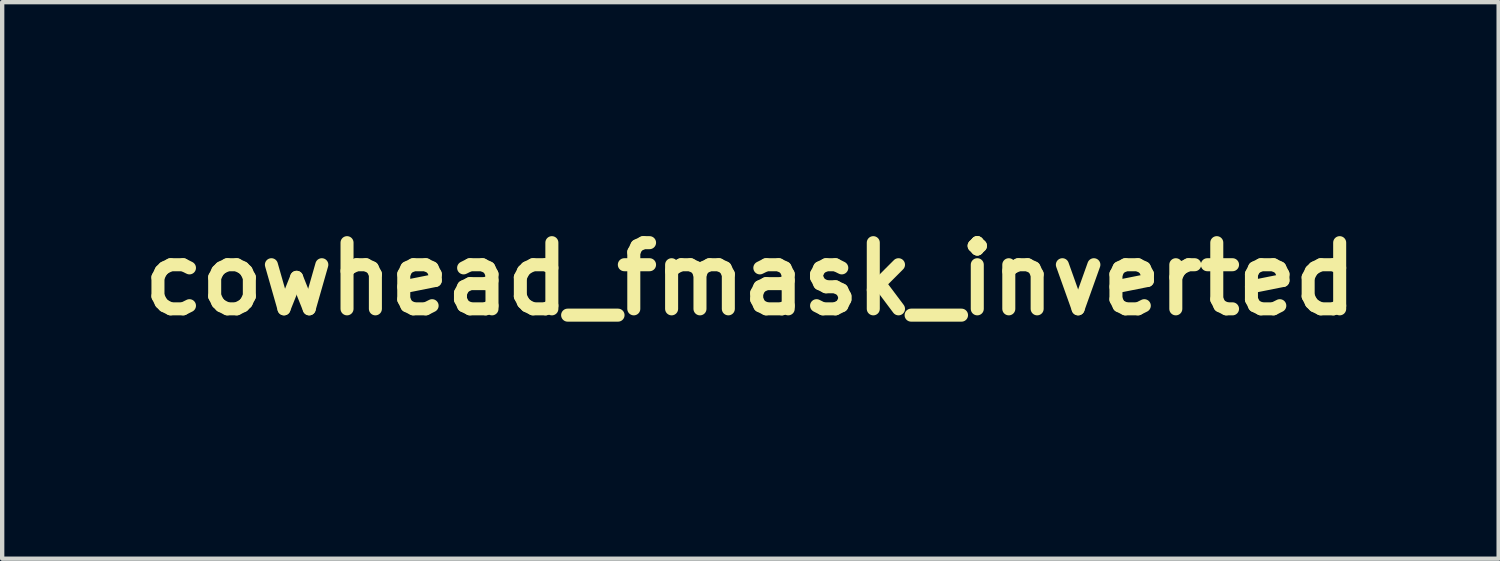
<source format=kicad_pcb>
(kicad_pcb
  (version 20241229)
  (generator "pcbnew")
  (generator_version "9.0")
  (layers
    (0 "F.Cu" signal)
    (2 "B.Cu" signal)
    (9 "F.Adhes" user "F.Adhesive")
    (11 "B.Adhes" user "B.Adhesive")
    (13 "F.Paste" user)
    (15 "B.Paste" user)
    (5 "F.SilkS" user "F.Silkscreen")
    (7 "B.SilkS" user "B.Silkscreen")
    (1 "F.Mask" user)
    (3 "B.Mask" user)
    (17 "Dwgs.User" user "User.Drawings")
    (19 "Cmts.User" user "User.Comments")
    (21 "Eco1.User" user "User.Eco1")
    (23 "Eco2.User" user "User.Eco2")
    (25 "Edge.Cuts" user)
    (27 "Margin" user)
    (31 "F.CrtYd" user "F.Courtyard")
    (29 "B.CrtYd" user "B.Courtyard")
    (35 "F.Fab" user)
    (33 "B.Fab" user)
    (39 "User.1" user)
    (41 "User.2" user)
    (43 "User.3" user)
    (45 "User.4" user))
  (footprint "cowhead_fmask_inverted"
    (layer "F.Cu")
    (at 14.231 3.373)
    (property "Reference" "cowhead_fmask_inverted" (at 0 0 0) (layer "F.SilkS") (effects (font (size 1.524 1.524) (thickness 0.3))))
    (attr through_hole)
    (fp_poly (pts (xy -3.967 -1.759) (xy -3.98 -1.747) (xy -3.992 -1.759) (xy -3.98 -1.772) (xy -3.967 -1.759)) (stroke (width 0.01) (type solid)) (fill yes) (layer "F.Mask"))
    (fp_poly (pts (xy -2.944 -1.734) (xy -2.957 -1.722) (xy -2.969 -1.734) (xy -2.957 -1.747) (xy -2.944 -1.734)) (stroke (width 0.01) (type solid)) (fill yes) (layer "F.Mask"))
    (fp_poly (pts (xy -3.077 -1.788) (xy -3.081 -1.773) (xy -3.094 -1.772) (xy -3.114 -1.781) (xy -3.111 -1.788) (xy -3.081 -1.791) (xy -3.077 -1.788)) (stroke (width 0.01) (type solid)) (fill yes) (layer "F.Mask"))
    (fp_poly (pts (xy 3.142 -1.369) (xy 3.164 -1.357) (xy 3.169 -1.337) (xy 3.145 -1.279) (xy 3.08 -1.215) (xy 2.98 -1.147) (xy 2.852 -1.08) (xy 2.703 -1.015) (xy 2.54 -0.957) (xy 2.371 -0.909) (xy 2.201 -0.872) (xy 2.086 -0.856) (xy 2.004 -0.849) (xy 1.961 -0.852) (xy 1.949 -0.867) (xy 1.95 -0.876) (xy 1.981 -0.915) (xy 2.05 -0.969) (xy 2.149 -1.033) (xy 2.27 -1.101) (xy 2.404 -1.17) (xy 2.544 -1.234) (xy 2.556 -1.239) (xy 2.708 -1.299) (xy 2.83 -1.338) (xy 2.936 -1.36) (xy 3 -1.367) (xy 3.09 -1.372) (xy 3.142 -1.369)) (stroke (width 0.01) (type solid)) (fill yes) (layer "F.Mask"))
    (fp_poly (pts (xy -3.126 -1.343) (xy -3.026 -1.33) (xy -2.923 -1.307) (xy -2.878 -1.295) (xy -2.761 -1.253) (xy -2.626 -1.196) (xy -2.487 -1.132) (xy -2.356 -1.064) (xy -2.245 -1.001) (xy -2.168 -0.947) (xy -2.163 -0.943) (xy -2.115 -0.898) (xy -2.103 -0.87) (xy -2.121 -0.849) (xy -2.156 -0.833) (xy -2.204 -0.827) (xy -2.271 -0.834) (xy -2.366 -0.853) (xy -2.496 -0.886) (xy -2.588 -0.911) (xy -2.711 -0.947) (xy -2.823 -0.982) (xy -2.91 -1.011) (xy -2.962 -1.032) (xy -2.962 -1.033) (xy -3.017 -1.068) (xy -3.086 -1.121) (xy -3.159 -1.183) (xy -3.225 -1.243) (xy -3.273 -1.293) (xy -3.293 -1.323) (xy -3.294 -1.324) (xy -3.271 -1.341) (xy -3.212 -1.347) (xy -3.126 -1.343)) (stroke (width 0.01) (type solid)) (fill yes) (layer "F.Mask"))
    (fp_poly (pts (xy -2.986 -3.299) (xy -2.939 -3.237) (xy -2.884 -3.132) (xy -2.829 -3.005) (xy -2.751 -2.819) (xy -2.681 -2.671) (xy -2.613 -2.551) (xy -2.542 -2.45) (xy -2.462 -2.359) (xy -2.436 -2.332) (xy -2.348 -2.252) (xy -2.251 -2.184) (xy -2.138 -2.125) (xy -2 -2.07) (xy -1.831 -2.016) (xy -1.621 -1.96) (xy -1.57 -1.948) (xy -1.416 -1.907) (xy -1.307 -1.87) (xy -1.237 -1.83) (xy -1.202 -1.783) (xy -1.197 -1.725) (xy -1.218 -1.65) (xy -1.234 -1.608) (xy -1.295 -1.524) (xy -1.391 -1.471) (xy -1.521 -1.45) (xy -1.679 -1.462) (xy -1.796 -1.487) (xy -1.999 -1.558) (xy -2.213 -1.662) (xy -2.423 -1.79) (xy -2.611 -1.933) (xy -2.66 -1.976) (xy -2.747 -2.078) (xy -2.824 -2.214) (xy -2.894 -2.39) (xy -2.958 -2.611) (xy -2.959 -2.614) (xy -2.985 -2.73) (xy -3.007 -2.856) (xy -3.025 -2.983) (xy -3.037 -3.102) (xy -3.043 -3.204) (xy -3.042 -3.278) (xy -3.032 -3.316) (xy -3.027 -3.318) (xy -2.986 -3.299)) (stroke (width 0.01) (type solid)) (fill yes) (layer "F.Mask"))
    (fp_poly (pts (xy 2.753 -3.345) (xy 2.781 -3.28) (xy 2.804 -3.184) (xy 2.82 -3.064) (xy 2.829 -2.929) (xy 2.828 -2.788) (xy 2.819 -2.664) (xy 2.797 -2.5) (xy 2.769 -2.373) (xy 2.731 -2.27) (xy 2.675 -2.179) (xy 2.596 -2.088) (xy 2.508 -2.002) (xy 2.407 -1.912) (xy 2.301 -1.825) (xy 2.206 -1.754) (xy 2.157 -1.722) (xy 1.985 -1.633) (xy 1.812 -1.569) (xy 1.649 -1.532) (xy 1.502 -1.524) (xy 1.381 -1.546) (xy 1.333 -1.569) (xy 1.256 -1.628) (xy 1.192 -1.699) (xy 1.154 -1.766) (xy 1.148 -1.797) (xy 1.154 -1.823) (xy 1.179 -1.846) (xy 1.227 -1.87) (xy 1.305 -1.897) (xy 1.42 -1.93) (xy 1.574 -1.97) (xy 1.784 -2.029) (xy 1.955 -2.091) (xy 2.096 -2.161) (xy 2.217 -2.243) (xy 2.274 -2.291) (xy 2.398 -2.42) (xy 2.493 -2.563) (xy 2.565 -2.729) (xy 2.618 -2.928) (xy 2.644 -3.081) (xy 2.663 -3.207) (xy 2.678 -3.291) (xy 2.692 -3.34) (xy 2.707 -3.363) (xy 2.72 -3.368) (xy 2.753 -3.345)) (stroke (width 0.01) (type solid)) (fill yes) (layer "F.Mask"))
    (fp_poly (pts (xy 1.003 -1.23) (xy 1.173 -1.176) (xy 1.28 -1.118) (xy 1.418 -1.003) (xy 1.516 -0.865) (xy 1.577 -0.712) (xy 1.6 -0.55) (xy 1.585 -0.388) (xy 1.534 -0.232) (xy 1.447 -0.09) (xy 1.324 0.031) (xy 1.183 0.116) (xy 1.049 0.161) (xy 0.897 0.186) (xy 0.751 0.187) (xy 0.667 0.174) (xy 0.489 0.105) (xy 0.338 -0.003) (xy 0.218 -0.146) (xy 0.183 -0.207) (xy 0.121 -0.377) (xy 0.113 -0.454) (xy 0.414 -0.454) (xy 0.435 -0.311) (xy 0.492 -0.178) (xy 0.585 -0.066) (xy 0.657 -0.012) (xy 0.782 0.038) (xy 0.92 0.048) (xy 1.055 0.021) (xy 1.16 -0.036) (xy 1.26 -0.141) (xy 1.331 -0.274) (xy 1.365 -0.42) (xy 1.365 -0.511) (xy 1.328 -0.679) (xy 1.257 -0.814) (xy 1.155 -0.914) (xy 1.025 -0.976) (xy 0.923 -0.993) (xy 0.824 -0.995) (xy 0.749 -0.981) (xy 0.676 -0.947) (xy 0.559 -0.854) (xy 0.475 -0.735) (xy 0.427 -0.599) (xy 0.414 -0.454) (xy 0.113 -0.454) (xy 0.104 -0.543) (xy 0.127 -0.7) (xy 0.185 -0.845) (xy 0.273 -0.974) (xy 0.388 -1.082) (xy 0.523 -1.166) (xy 0.673 -1.221) (xy 0.835 -1.244) (xy 1.003 -1.23)) (stroke (width 0.01) (type solid)) (fill yes) (layer "F.Mask"))
    (fp_poly (pts (xy -0.488 -1.222) (xy -0.345 -1.18) (xy -0.216 -1.103) (xy -0.111 -1.011) (xy -0.048 -0.944) (xy -0.015 -0.896) (xy -0.005 -0.854) (xy -0.01 -0.815) (xy -0.039 -0.602) (xy -0.041 -0.427) (xy -0.026 -0.328) (xy -0.01 -0.249) (xy -0.01 -0.195) (xy -0.03 -0.146) (xy -0.047 -0.116) (xy -0.144 -0.005) (xy -0.275 0.085) (xy -0.43 0.149) (xy -0.598 0.185) (xy -0.766 0.187) (xy -0.881 0.165) (xy -1.043 0.095) (xy -1.188 -0.014) (xy -1.305 -0.153) (xy -1.385 -0.312) (xy -1.4 -0.358) (xy -1.413 -0.474) (xy -1.162 -0.474) (xy -1.138 -0.356) (xy -1.07 -0.218) (xy -0.972 -0.11) (xy -0.854 -0.036) (xy -0.722 -0.002) (xy -0.585 -0.01) (xy -0.532 -0.026) (xy -0.472 -0.06) (xy -0.401 -0.114) (xy -0.367 -0.145) (xy -0.277 -0.263) (xy -0.225 -0.398) (xy -0.21 -0.541) (xy -0.23 -0.682) (xy -0.282 -0.813) (xy -0.365 -0.925) (xy -0.476 -1.01) (xy -0.568 -1.047) (xy -0.642 -1.066) (xy -0.694 -1.071) (xy -0.75 -1.061) (xy -0.804 -1.047) (xy -0.933 -0.987) (xy -1.037 -0.89) (xy -1.114 -0.766) (xy -1.157 -0.624) (xy -1.162 -0.474) (xy -1.413 -0.474) (xy -1.418 -0.516) (xy -1.396 -0.681) (xy -1.337 -0.841) (xy -1.246 -0.982) (xy -1.182 -1.048) (xy -1.05 -1.145) (xy -0.913 -1.204) (xy -0.755 -1.231) (xy -0.661 -1.234) (xy -0.488 -1.222)) (stroke (width 0.01) (type solid)) (fill yes) (layer "F.Mask"))
    (fp_poly (pts (xy -0.444 -2.18) (xy -0.334 -2.088) (xy -0.249 -2.037) (xy -0.19 -2.028) (xy -0.157 -2.059) (xy -0.15 -2.108) (xy -0.138 -2.158) (xy -0.111 -2.167) (xy -0.078 -2.136) (xy -0.058 -2.096) (xy -0.027 -2.041) (xy 0.013 -2.025) (xy 0.072 -2.048) (xy 0.125 -2.083) (xy 0.195 -2.127) (xy 0.25 -2.146) (xy 0.281 -2.139) (xy 0.28 -2.106) (xy 0.275 -2.098) (xy 0.252 -2.027) (xy 0.258 -1.97) (xy 0.292 -1.942) (xy 0.292 -1.942) (xy 0.335 -1.94) (xy 0.414 -1.942) (xy 0.516 -1.948) (xy 0.573 -1.952) (xy 0.719 -1.96) (xy 0.831 -1.96) (xy 0.924 -1.949) (xy 1.004 -1.93) (xy 1.034 -1.912) (xy 1.025 -1.875) (xy 1.021 -1.868) (xy 1.005 -1.789) (xy 1.028 -1.699) (xy 1.084 -1.606) (xy 1.165 -1.52) (xy 1.265 -1.45) (xy 1.367 -1.407) (xy 1.513 -1.382) (xy 1.667 -1.386) (xy 1.791 -1.415) (xy 1.792 -1.408) (xy 1.76 -1.376) (xy 1.701 -1.326) (xy 1.659 -1.293) (xy 1.485 -1.154) (xy 1.409 -1.213) (xy 1.272 -1.3) (xy 1.129 -1.355) (xy 0.965 -1.38) (xy 0.861 -1.384) (xy 0.745 -1.382) (xy 0.66 -1.374) (xy 0.587 -1.356) (xy 0.507 -1.323) (xy 0.468 -1.305) (xy 0.361 -1.246) (xy 0.259 -1.173) (xy 0.195 -1.117) (xy 0.091 -1.009) (xy -0.008 -1.116) (xy -0.084 -1.184) (xy -0.184 -1.254) (xy -0.271 -1.304) (xy -0.357 -1.344) (xy -0.428 -1.368) (xy -0.503 -1.38) (xy -0.601 -1.384) (xy -0.661 -1.385) (xy -0.777 -1.383) (xy -0.862 -1.374) (xy -0.935 -1.355) (xy -1.015 -1.323) (xy -1.048 -1.307) (xy -1.23 -1.194) (xy -1.381 -1.046) (xy -1.492 -0.873) (xy -1.527 -0.794) (xy -1.547 -0.721) (xy -1.557 -0.636) (xy -1.558 -0.524) (xy -1.542 -0.334) (xy -1.492 -0.172) (xy -1.402 -0.028) (xy -1.284 0.097) (xy -1.128 0.215) (xy -0.963 0.291) (xy -0.777 0.328) (xy -0.661 0.333) (xy -0.464 0.317) (xy -0.295 0.267) (xy -0.141 0.178) (xy -0.038 0.091) (xy 0.1 -0.039) (xy 0.202 0.065) (xy 0.363 0.196) (xy 0.548 0.285) (xy 0.716 0.328) (xy 0.918 0.34) (xy 1.111 0.307) (xy 1.289 0.235) (xy 1.445 0.128) (xy 1.575 -0.009) (xy 1.673 -0.171) (xy 1.732 -0.355) (xy 1.749 -0.521) (xy 1.726 -0.731) (xy 1.693 -0.824) (xy 1.822 -0.824) (xy 1.841 -0.769) (xy 1.865 -0.749) (xy 1.924 -0.733) (xy 2.02 -0.731) (xy 2.145 -0.742) (xy 2.29 -0.765) (xy 2.443 -0.798) (xy 2.495 -0.812) (xy 2.714 -0.88) (xy 2.906 -0.959) (xy 3.066 -1.046) (xy 3.19 -1.138) (xy 3.275 -1.232) (xy 3.315 -1.326) (xy 3.318 -1.358) (xy 3.298 -1.429) (xy 3.239 -1.474) (xy 3.145 -1.494) (xy 3.021 -1.49) (xy 2.871 -1.461) (xy 2.698 -1.409) (xy 2.506 -1.334) (xy 2.314 -1.243) (xy 2.147 -1.149) (xy 2.011 -1.058) (xy 1.91 -0.971) (xy 1.846 -0.892) (xy 1.822 -0.824) (xy 1.693 -0.824) (xy 1.658 -0.923) (xy 1.63 -0.973) (xy 1.604 -1.024) (xy 1.607 -1.056) (xy 1.644 -1.093) (xy 1.648 -1.097) (xy 1.756 -1.18) (xy 1.891 -1.272) (xy 2.038 -1.364) (xy 2.181 -1.446) (xy 2.305 -1.509) (xy 2.33 -1.519) (xy 2.546 -1.601) (xy 2.742 -1.656) (xy 2.936 -1.687) (xy 3.148 -1.699) (xy 3.206 -1.7) (xy 3.418 -1.693) (xy 3.585 -1.672) (xy 3.708 -1.636) (xy 3.79 -1.584) (xy 3.834 -1.515) (xy 3.842 -1.455) (xy 3.818 -1.36) (xy 3.744 -1.259) (xy 3.623 -1.154) (xy 3.453 -1.044) (xy 3.237 -0.931) (xy 3.153 -0.892) (xy 3.026 -0.838) (xy 2.874 -0.779) (xy 2.707 -0.718) (xy 2.539 -0.66) (xy 2.382 -0.61) (xy 2.249 -0.571) (xy 2.165 -0.55) (xy 2.056 -0.52) (xy 1.994 -0.485) (xy 1.982 -0.445) (xy 2.018 -0.401) (xy 2.053 -0.37) (xy 2.063 -0.336) (xy 2.054 -0.28) (xy 2.046 -0.251) (xy 2.025 -0.181) (xy 1.992 -0.08) (xy 1.953 0.036) (xy 1.928 0.107) (xy 1.838 0.357) (xy 1.777 0.284) (xy 1.717 0.212) (xy 1.731 0.42) (xy 1.737 0.522) (xy 1.738 0.582) (xy 1.731 0.61) (xy 1.716 0.615) (xy 1.702 0.611) (xy 1.497 0.533) (xy 1.289 0.471) (xy 1.069 0.425) (xy 0.828 0.393) (xy 0.558 0.374) (xy 0.25 0.365) (xy 0.175 0.365) (xy -0.057 0.365) (xy -0.248 0.37) (xy -0.409 0.379) (xy -0.549 0.395) (xy -0.68 0.417) (xy -0.809 0.448) (xy -0.948 0.488) (xy -0.961 0.492) (xy -1.077 0.533) (xy -1.203 0.585) (xy -1.328 0.643) (xy -1.443 0.701) (xy -1.537 0.756) (xy -1.601 0.802) (xy -1.623 0.826) (xy -1.634 0.862) (xy -1.611 0.872) (xy -1.552 0.855) (xy -1.456 0.81) (xy -1.407 0.786) (xy -1.233 0.7) (xy -1.065 0.632) (xy -0.895 0.58) (xy -0.715 0.541) (xy -0.516 0.515) (xy -0.289 0.499) (xy -0.026 0.492) (xy 0.137 0.491) (xy 0.495 0.498) (xy 0.808 0.518) (xy 1.08 0.552) (xy 1.315 0.603) (xy 1.518 0.671) (xy 1.692 0.759) (xy 1.841 0.869) (xy 1.969 1.002) (xy 2.081 1.159) (xy 2.179 1.343) (xy 2.185 1.355) (xy 2.225 1.483) (xy 2.246 1.642) (xy 2.248 1.817) (xy 2.231 1.991) (xy 2.194 2.151) (xy 2.185 2.177) (xy 2.088 2.402) (xy 1.962 2.6) (xy 1.803 2.776) (xy 1.607 2.934) (xy 1.368 3.079) (xy 1.201 3.163) (xy 0.988 3.252) (xy 0.774 3.32) (xy 0.547 3.369) (xy 0.293 3.403) (xy 0.103 3.418) (xy -0.057 3.428) (xy -0.181 3.435) (xy -0.281 3.438) (xy -0.372 3.438) (xy -0.466 3.434) (xy -0.577 3.427) (xy -0.713 3.417) (xy -1.049 3.373) (xy -1.347 3.298) (xy -1.607 3.19) (xy -1.83 3.051) (xy -2.014 2.879) (xy -2.159 2.676) (xy -2.208 2.582) (xy -2.261 2.463) (xy -2.293 2.362) (xy -2.31 2.258) (xy -2.315 2.192) (xy -2.315 2.047) (xy -2.293 1.91) (xy -2.247 1.773) (xy -2.172 1.625) (xy -2.093 1.5) (xy -0.674 1.5) (xy -0.655 1.593) (xy -0.605 1.65) (xy -0.529 1.667) (xy -0.442 1.645) (xy -0.386 1.603) (xy -0.341 1.547) (xy -0.304 1.453) (xy 1.163 1.453) (xy 1.179 1.532) (xy 1.225 1.586) (xy 1.292 1.609) (xy 1.371 1.597) (xy 1.455 1.544) (xy 1.478 1.521) (xy 1.535 1.433) (xy 1.548 1.343) (xy 1.518 1.263) (xy 1.481 1.224) (xy 1.397 1.178) (xy 1.323 1.18) (xy 1.256 1.231) (xy 1.196 1.33) (xy 1.186 1.353) (xy 1.163 1.453) (xy -0.304 1.453) (xy -0.302 1.446) (xy -0.308 1.358) (xy -0.358 1.287) (xy -0.398 1.261) (xy -0.45 1.24) (xy -0.494 1.246) (xy -0.543 1.273) (xy -0.626 1.342) (xy -0.667 1.429) (xy -0.674 1.5) (xy -2.093 1.5) (xy -2.065 1.456) (xy -2.032 1.409) (xy -1.962 1.308) (xy -1.902 1.223) (xy -1.859 1.16) (xy -1.838 1.129) (xy -1.837 1.127) (xy -1.834 1.089) (xy -1.842 1.013) (xy -1.86 0.909) (xy -1.886 0.787) (xy -1.917 0.657) (xy -1.95 0.528) (xy -1.985 0.411) (xy -2.012 0.332) (xy -2.054 0.21) (xy -2.082 0.11) (xy -2.1 0.01) (xy -2.11 -0.107) (xy -2.115 -0.196) (xy -2.119 -0.329) (xy -2.118 -0.42) (xy -2.11 -0.474) (xy -2.097 -0.498) (xy -2.096 -0.499) (xy -2.073 -0.527) (xy -2.098 -0.552) (xy -2.169 -0.573) (xy -2.257 -0.585) (xy -2.37 -0.602) (xy -2.513 -0.63) (xy -2.674 -0.667) (xy -2.843 -0.709) (xy -3.007 -0.754) (xy -3.155 -0.798) (xy -3.277 -0.839) (xy -3.356 -0.872) (xy -3.523 -0.969) (xy -3.676 -1.085) (xy -3.806 -1.213) (xy -3.9 -1.337) (xy -3.443 -1.337) (xy -3.42 -1.261) (xy -3.354 -1.178) (xy -3.252 -1.092) (xy -3.121 -1.007) (xy -2.965 -0.926) (xy -2.793 -0.855) (xy -2.609 -0.797) (xy -2.557 -0.783) (xy -2.444 -0.763) (xy -2.32 -0.753) (xy -2.201 -0.753) (xy -2.102 -0.764) (xy -2.046 -0.781) (xy -1.988 -0.825) (xy -1.977 -0.877) (xy -2.011 -0.941) (xy -2.092 -1.018) (xy -2.1 -1.024) (xy -2.271 -1.142) (xy -2.465 -1.248) (xy -2.67 -1.336) (xy -2.873 -1.401) (xy -3.061 -1.439) (xy -3.173 -1.447) (xy -3.299 -1.442) (xy -3.383 -1.423) (xy -3.429 -1.39) (xy -3.443 -1.339) (xy -3.443 -1.337) (xy -3.9 -1.337) (xy -3.906 -1.345) (xy -3.968 -1.472) (xy -3.978 -1.506) (xy -3.977 -1.592) (xy -3.933 -1.659) (xy -3.847 -1.706) (xy -3.723 -1.733) (xy -3.563 -1.737) (xy -3.414 -1.724) (xy -3.221 -1.689) (xy -3.017 -1.63) (xy -2.796 -1.547) (xy -2.553 -1.436) (xy -2.284 -1.295) (xy -2.048 -1.162) (xy -1.951 -1.107) (xy -1.87 -1.066) (xy -1.813 -1.041) (xy -1.793 -1.038) (xy -1.771 -1.073) (xy -1.793 -1.118) (xy -1.855 -1.169) (xy -1.871 -1.178) (xy -1.943 -1.23) (xy -1.969 -1.282) (xy -1.952 -1.339) (xy -1.949 -1.343) (xy -1.926 -1.362) (xy -1.882 -1.361) (xy -1.82 -1.347) (xy -1.677 -1.321) (xy -1.529 -1.317) (xy -1.392 -1.332) (xy -1.284 -1.366) (xy -1.282 -1.367) (xy -1.187 -1.431) (xy -1.122 -1.515) (xy -1.078 -1.632) (xy -1.069 -1.667) (xy -1.055 -1.75) (xy -1.059 -1.809) (xy -1.081 -1.863) (xy -1.121 -1.94) (xy -1.006 -1.955) (xy -0.916 -1.964) (xy -0.805 -1.97) (xy -0.731 -1.971) (xy -0.603 -1.978) (xy -0.52 -2.002) (xy -0.479 -2.046) (xy -0.479 -2.112) (xy -0.515 -2.203) (xy -0.515 -2.203) (xy -0.556 -2.283) (xy -0.444 -2.18)) (stroke (width 0.01) (type solid)) (fill yes) (layer "F.Mask")))
  (gr_rect
    (start -3 -3)
    (end 31.463 9.816)
    (stroke (width 0.1) (type default))
    (fill no)
    (layer "Edge.Cuts")))
</source>
